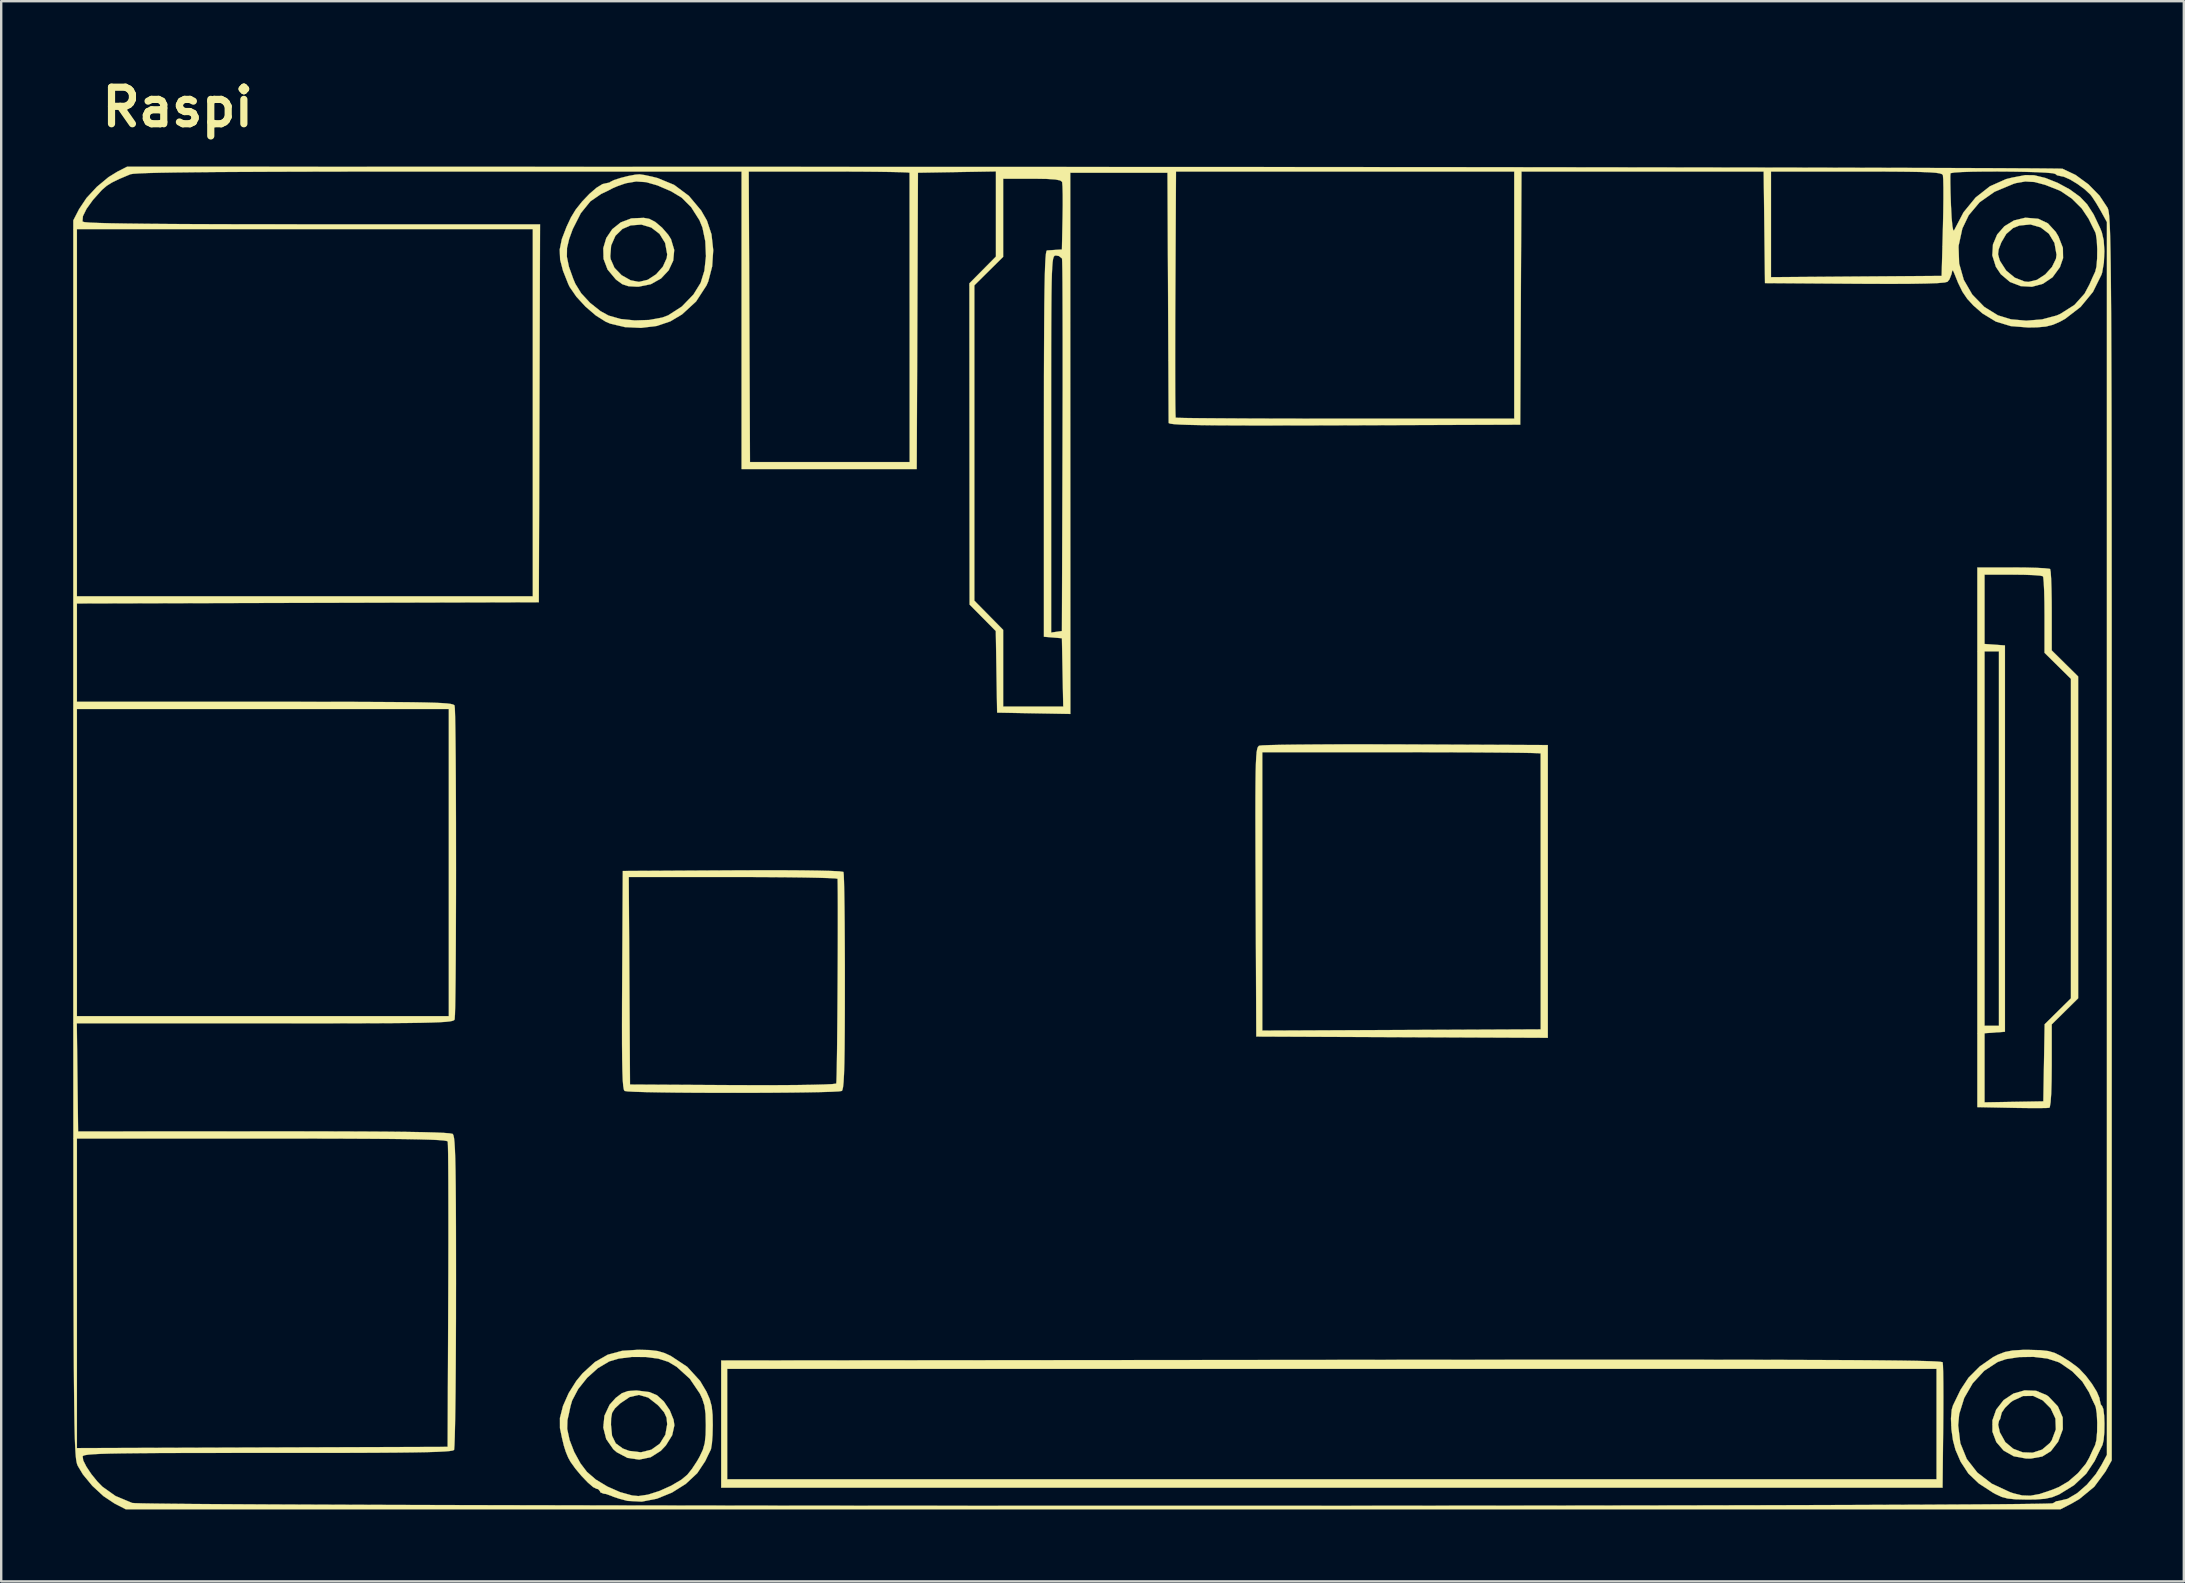
<source format=kicad_pcb>
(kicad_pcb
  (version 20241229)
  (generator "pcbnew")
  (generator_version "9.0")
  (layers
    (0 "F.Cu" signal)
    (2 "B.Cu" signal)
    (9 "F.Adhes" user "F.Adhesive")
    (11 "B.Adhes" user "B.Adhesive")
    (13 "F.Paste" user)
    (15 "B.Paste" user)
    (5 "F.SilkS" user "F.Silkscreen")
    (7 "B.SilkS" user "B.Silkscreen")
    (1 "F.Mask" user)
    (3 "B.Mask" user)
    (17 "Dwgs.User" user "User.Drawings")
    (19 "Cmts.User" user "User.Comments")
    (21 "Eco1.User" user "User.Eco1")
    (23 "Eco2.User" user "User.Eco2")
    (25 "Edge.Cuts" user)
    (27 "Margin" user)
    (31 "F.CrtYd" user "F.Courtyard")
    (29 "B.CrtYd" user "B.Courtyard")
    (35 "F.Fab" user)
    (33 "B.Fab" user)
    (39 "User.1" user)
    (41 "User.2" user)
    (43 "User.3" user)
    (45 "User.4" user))
  (footprint "Raspi"
    (layer "F.Cu")
    (at 42.455 31.898)
    (property "Reference" "Raspi" (at -38.1 -30.48 180) (layer "F.SilkS") (effects (font (size 1.524 1.524) (thickness 0.3))))
    (attr through_hole)
    (fp_poly (pts (xy -15.45 21.75) (xy 9.978 21.725) (xy 12.727 21.722) (xy 15.281 21.72) (xy 17.649 21.719) (xy 19.835 21.718) (xy 21.847 21.718) (xy 23.691 21.718) (xy 25.372 21.719) (xy 26.898 21.721) (xy 28.274 21.723) (xy 29.507 21.727) (xy 30.604 21.731) (xy 31.57 21.735) (xy 32.412 21.741) (xy 33.136 21.748) (xy 33.749 21.755) (xy 34.257 21.763) (xy 34.666 21.772) (xy 34.983 21.782) (xy 35.213 21.793) (xy 35.364 21.806) (xy 35.441 21.819) (xy 35.455 21.827) (xy 35.467 21.958) (xy 35.476 22.261) (xy 35.482 22.707) (xy 35.484 23.268) (xy 35.482 23.916) (xy 35.477 24.502) (xy 35.454 26.7) (xy 35.2 26.7) (xy 35.2 22.1) (xy -15.2 22.1) (xy -15.2 26.7) (xy 35.2 26.7) (xy 35.454 26.7) (xy 35.45 27.05) (xy -15.45 27.05) (xy -15.45 21.75)) (stroke (width 0.01) (type solid)) (fill yes) (layer "F.SilkS"))
    (fp_poly (pts (xy 38.708 -23.024) (xy 38.261 -23.197) (xy 37.879 -23.519) (xy 37.673 -23.827) (xy 37.524 -24.302) (xy 37.551 -24.76) (xy 37.726 -25.175) (xy 38.027 -25.518) (xy 38.427 -25.761) (xy 38.901 -25.875) (xy 39.425 -25.832) (xy 39.446 -25.827) (xy 39.842 -25.639) (xy 40.166 -25.285) (xy 40.281 -25.092) (xy 40.465 -24.62) (xy 40.47 -24.335) (xy 40.2 -24.335) (xy 40.114 -24.822) (xy 39.881 -25.209) (xy 39.536 -25.473) (xy 39.114 -25.594) (xy 38.651 -25.549) (xy 38.389 -25.444) (xy 38.105 -25.198) (xy 37.898 -24.846) (xy 37.788 -24.557) (xy 37.763 -24.353) (xy 37.82 -24.14) (xy 37.853 -24.058) (xy 38.103 -23.67) (xy 38.461 -23.375) (xy 38.868 -23.216) (xy 39.034 -23.2) (xy 39.386 -23.286) (xy 39.729 -23.511) (xy 40.01 -23.821) (xy 40.177 -24.165) (xy 40.2 -24.335) (xy 40.47 -24.335) (xy 40.473 -24.191) (xy 40.342 -23.815) (xy 40.035 -23.394) (xy 39.634 -23.122) (xy 39.178 -22.998) (xy 38.708 -23.024)) (stroke (width 0.01) (type solid)) (fill yes) (layer "F.SilkS"))
    (fp_poly (pts (xy -19.314 -23.02) (xy -19.567 -23.103) (xy -19.814 -23.282) (xy -19.845 -23.309) (xy -20.185 -23.716) (xy -20.352 -24.158) (xy -20.364 -24.606) (xy -20.238 -25.029) (xy -19.989 -25.397) (xy -19.635 -25.68) (xy -19.193 -25.847) (xy -18.68 -25.869) (xy -18.45 -25.829) (xy -18.198 -25.7) (xy -17.912 -25.458) (xy -17.655 -25.162) (xy -17.541 -24.98) (xy -17.407 -24.533) (xy -17.424 -24.351) (xy -17.7 -24.351) (xy -17.786 -24.824) (xy -18.02 -25.202) (xy -18.362 -25.465) (xy -18.776 -25.589) (xy -19.223 -25.555) (xy -19.565 -25.407) (xy -19.858 -25.12) (xy -20.036 -24.717) (xy -20.072 -24.264) (xy -20.056 -24.148) (xy -19.897 -23.787) (xy -19.598 -23.477) (xy -19.221 -23.266) (xy -18.877 -23.2) (xy -18.511 -23.288) (xy -18.162 -23.516) (xy -17.88 -23.835) (xy -17.719 -24.192) (xy -17.7 -24.351) (xy -17.424 -24.351) (xy -17.448 -24.089) (xy -17.639 -23.681) (xy -17.958 -23.342) (xy -18.38 -23.105) (xy -18.882 -23.002) (xy -18.961 -23) (xy -19.314 -23.02)) (stroke (width 0.01) (type solid)) (fill yes) (layer "F.SilkS"))
    (fp_poly (pts (xy -19.354 25.81) (xy -19.803 25.573) (xy -19.947 25.447) (xy -20.241 25.024) (xy -20.363 24.545) (xy -20.316 24.054) (xy -20.101 23.595) (xy -19.845 23.309) (xy -19.588 23.115) (xy -19.336 23.024) (xy -18.99 23) (xy -18.972 23) (xy -18.439 23.066) (xy -18.129 23.196) (xy -17.84 23.457) (xy -17.592 23.825) (xy -17.433 24.22) (xy -17.406 24.41) (xy -17.7 24.41) (xy -17.725 24.137) (xy -17.825 23.914) (xy -18.038 23.663) (xy -18.1 23.6) (xy -18.493 23.294) (xy -18.875 23.184) (xy -19.263 23.271) (xy -19.655 23.535) (xy -19.879 23.746) (xy -19.995 23.928) (xy -20.037 24.164) (xy -20.043 24.429) (xy -19.998 24.888) (xy -19.843 25.204) (xy -19.551 25.417) (xy -19.284 25.517) (xy -18.796 25.576) (xy -18.359 25.467) (xy -18.008 25.216) (xy -17.777 24.845) (xy -17.7 24.41) (xy -17.406 24.41) (xy -17.4 24.451) (xy -17.492 24.864) (xy -17.753 25.287) (xy -17.966 25.514) (xy -18.389 25.782) (xy -18.867 25.88) (xy -19.354 25.81)) (stroke (width 0.01) (type solid)) (fill yes) (layer "F.SilkS"))
    (fp_poly (pts (xy 38.416 25.741) (xy 37.993 25.501) (xy 37.69 25.149) (xy 37.529 24.719) (xy 37.529 24.242) (xy 37.685 23.798) (xy 37.996 23.399) (xy 38.407 23.127) (xy 38.874 22.994) (xy 39.349 23.013) (xy 39.787 23.194) (xy 39.869 23.254) (xy 40.258 23.664) (xy 40.457 24.123) (xy 40.462 24.614) (xy 40.459 24.624) (xy 40.171 24.624) (xy 40.154 24.168) (xy 39.955 23.742) (xy 39.628 23.414) (xy 39.227 23.225) (xy 38.802 23.231) (xy 38.377 23.428) (xy 38.273 23.507) (xy 38.052 23.723) (xy 37.919 23.918) (xy 37.9 23.987) (xy 37.848 24.192) (xy 37.804 24.256) (xy 37.767 24.427) (xy 37.837 24.738) (xy 37.842 24.751) (xy 38.065 25.151) (xy 38.397 25.429) (xy 38.792 25.578) (xy 39.208 25.592) (xy 39.6 25.463) (xy 39.925 25.185) (xy 40 25.077) (xy 40.171 24.624) (xy 40.459 24.624) (xy 40.272 25.122) (xy 40.258 25.145) (xy 39.964 25.529) (xy 39.605 25.751) (xy 39.136 25.836) (xy 38.942 25.837) (xy 38.416 25.741)) (stroke (width 0.01) (type solid)) (fill yes) (layer "F.SilkS"))
    (fp_poly (pts (xy 6.85 8.25) (xy 6.824 2.229) (xy 6.819 0.979) (xy 6.816 -0.086) (xy 6.814 -0.98) (xy 6.815 -1.72) (xy 6.819 -2.32) (xy 6.825 -2.795) (xy 6.836 -3.159) (xy 6.85 -3.429) (xy 6.868 -3.619) (xy 6.891 -3.744) (xy 6.918 -3.818) (xy 6.951 -3.858) (xy 6.974 -3.871) (xy 7.104 -3.885) (xy 7.415 -3.897) (xy 7.89 -3.908) (xy 8.511 -3.916) (xy 9.26 -3.922) (xy 10.118 -3.927) (xy 11.068 -3.928) (xy 12.091 -3.927) (xy 13.075 -3.924) (xy 19 -3.898) (xy 19 7.95) (xy 18.703 7.95) (xy 18.703 2.225) (xy 18.702 1.174) (xy 18.702 0.183) (xy 18.702 -0.729) (xy 18.702 -1.544) (xy 18.702 -2.245) (xy 18.701 -2.814) (xy 18.701 -3.232) (xy 18.701 -3.483) (xy 18.701 -3.55) (xy 18.604 -3.559) (xy 18.324 -3.568) (xy 17.879 -3.576) (xy 17.288 -3.583) (xy 16.566 -3.589) (xy 15.733 -3.594) (xy 14.805 -3.597) (xy 13.8 -3.599) (xy 12.9 -3.6) (xy 7.1 -3.6) (xy 7.1 8.002) (xy 12.902 7.976) (xy 18.703 7.95) (xy 19 7.95) (xy 19 8.302) (xy 6.85 8.25)) (stroke (width 0.01) (type solid)) (fill yes) (layer "F.SilkS"))
    (fp_poly (pts (xy 39.064 11.23) (xy 38.563 11.224) (xy 38.352 11.22) (xy 36.9 11.19) (xy 36.9 -11.3) (xy 38.383 -11.3) (xy 38.909 -11.296) (xy 39.362 -11.284) (xy 39.705 -11.266) (xy 39.902 -11.244) (xy 39.933 -11.233) (xy 39.956 -11.116) (xy 39.975 -10.833) (xy 39.989 -10.419) (xy 39.998 -9.909) (xy 40 -9.505) (xy 40 -7.843) (xy 40.55 -7.3) (xy 41.1 -6.757) (xy 41.1 6.657) (xy 40.8 6.657) (xy 40.8 -6.657) (xy 40.25 -7.2) (xy 39.7 -7.743) (xy 39.7 -9.305) (xy 39.696 -9.845) (xy 39.685 -10.312) (xy 39.668 -10.672) (xy 39.647 -10.888) (xy 39.633 -10.933) (xy 39.513 -10.959) (xy 39.234 -10.981) (xy 38.839 -10.995) (xy 38.383 -11) (xy 37.2 -11) (xy 37.2 -8.111) (xy 37.625 -8.081) (xy 38.05 -8.05) (xy 38.05 7.8) (xy 37.8 7.8) (xy 37.8 -7.8) (xy 37.2 -7.8) (xy 37.2 7.8) (xy 37.8 7.8) (xy 38.05 7.8) (xy 38.05 8.05) (xy 37.2 8.111) (xy 37.2 10.992) (xy 38.425 10.971) (xy 39.65 10.95) (xy 39.705 7.738) (xy 40.252 7.198) (xy 40.8 6.657) (xy 41.1 6.657) (xy 40.55 7.2) (xy 40 7.743) (xy 40 9.463) (xy 39.994 10.102) (xy 39.979 10.616) (xy 39.953 10.985) (xy 39.92 11.186) (xy 39.902 11.217) (xy 39.771 11.227) (xy 39.479 11.231) (xy 39.064 11.23)) (stroke (width 0.01) (type solid)) (fill yes) (layer "F.SilkS"))
    (fp_poly (pts (xy -19.463 -21.316) (xy -20.073 -21.461) (xy -20.257 -21.538) (xy -20.671 -21.798) (xy -21.099 -22.165) (xy -21.482 -22.58) (xy -21.762 -22.985) (xy -21.821 -23.106) (xy -22.042 -23.665) (xy -22.162 -24.127) (xy -22.179 -24.548) (xy -22.09 -24.986) (xy -21.894 -25.496) (xy -21.711 -25.887) (xy -21.515 -26.21) (xy -21.244 -26.551) (xy -20.94 -26.869) (xy -20.644 -27.124) (xy -20.396 -27.276) (xy -20.293 -27.3) (xy -20.109 -27.34) (xy -20.062 -27.372) (xy -19.914 -27.445) (xy -19.643 -27.532) (xy -19.323 -27.613) (xy -19.026 -27.669) (xy -18.85 -27.683) (xy -18.644 -27.653) (xy -18.329 -27.585) (xy -18.104 -27.529) (xy -17.41 -27.243) (xy -16.796 -26.785) (xy -16.286 -26.177) (xy -16.044 -25.756) (xy -15.854 -25.183) (xy -15.781 -24.522) (xy -15.798 -24.271) (xy -16.084 -24.271) (xy -16.112 -24.895) (xy -16.23 -25.463) (xy -16.355 -25.77) (xy -16.701 -26.315) (xy -17.092 -26.708) (xy -17.532 -26.974) (xy -18.11 -27.223) (xy -18.579 -27.357) (xy -18.992 -27.385) (xy -19.398 -27.316) (xy -19.493 -27.288) (xy -19.772 -27.19) (xy -19.983 -27.099) (xy -20 -27.089) (xy -20.196 -26.987) (xy -20.452 -26.866) (xy -20.901 -26.557) (xy -21.299 -26.065) (xy -21.636 -25.402) (xy -21.785 -24.993) (xy -21.875 -24.615) (xy -21.881 -24.247) (xy -21.796 -23.835) (xy -21.614 -23.326) (xy -21.529 -23.124) (xy -21.284 -22.726) (xy -20.913 -22.325) (xy -20.481 -21.983) (xy -20.143 -21.797) (xy -19.645 -21.655) (xy -19.055 -21.594) (xy -18.45 -21.614) (xy -17.908 -21.714) (xy -17.66 -21.806) (xy -17.091 -22.172) (xy -16.606 -22.674) (xy -16.306 -23.16) (xy -16.149 -23.667) (xy -16.084 -24.271) (xy -15.798 -24.271) (xy -15.826 -23.845) (xy -15.987 -23.224) (xy -16.062 -23.052) (xy -16.497 -22.383) (xy -17.083 -21.845) (xy -17.565 -21.557) (xy -18.133 -21.364) (xy -18.791 -21.284) (xy -19.463 -21.316)) (stroke (width 0.01) (type solid)) (fill yes) (layer "F.SilkS"))
    (fp_poly (pts (xy -15.768 10.594) (xy -16.571 10.591) (xy -17.325 10.585) (xy -18.004 10.576) (xy -18.584 10.565) (xy -19.039 10.552) (xy -19.344 10.536) (xy -19.475 10.517) (xy -19.476 10.517) (xy -19.507 10.457) (xy -19.532 10.31) (xy -19.552 10.063) (xy -19.566 9.699) (xy -19.576 9.205) (xy -19.582 8.566) (xy -19.583 7.768) (xy -19.581 6.796) (xy -19.576 5.893) (xy -19.55 1.35) (xy -14.982 1.324) (xy -13.883 1.32) (xy -12.912 1.32) (xy -12.079 1.325) (xy -11.396 1.335) (xy -10.875 1.348) (xy -10.527 1.365) (xy -10.365 1.387) (xy -10.354 1.393) (xy -10.342 1.51) (xy -10.331 1.806) (xy -10.321 2.261) (xy -10.312 2.854) (xy -10.305 3.53) (xy -10.588 3.53) (xy -10.588 2.877) (xy -10.59 2.326) (xy -10.594 1.901) (xy -10.598 1.675) (xy -10.695 1.659) (xy -10.972 1.645) (xy -11.408 1.632) (xy -11.983 1.62) (xy -12.677 1.611) (xy -13.469 1.605) (xy -14.34 1.601) (xy -14.951 1.6) (xy -19.302 1.6) (xy -19.25 10.25) (xy -14.98 10.274) (xy -13.992 10.277) (xy -13.1 10.276) (xy -12.321 10.271) (xy -11.672 10.261) (xy -11.168 10.248) (xy -10.827 10.232) (xy -10.665 10.212) (xy -10.654 10.206) (xy -10.646 10.097) (xy -10.637 9.813) (xy -10.629 9.38) (xy -10.621 8.821) (xy -10.614 8.164) (xy -10.607 7.431) (xy -10.601 6.649) (xy -10.596 5.843) (xy -10.592 5.038) (xy -10.589 4.258) (xy -10.588 3.53) (xy -10.305 3.53) (xy -10.305 3.565) (xy -10.3 4.373) (xy -10.296 5.257) (xy -10.296 5.962) (xy -10.297 7.073) (xy -10.301 7.999) (xy -10.307 8.754) (xy -10.317 9.353) (xy -10.331 9.81) (xy -10.349 10.141) (xy -10.372 10.36) (xy -10.4 10.481) (xy -10.423 10.516) (xy -10.55 10.535) (xy -10.851 10.551) (xy -11.303 10.564) (xy -11.88 10.575) (xy -12.557 10.584) (xy -13.31 10.59) (xy -14.112 10.594) (xy -14.94 10.595) (xy -15.768 10.594)) (stroke (width 0.01) (type solid)) (fill yes) (layer "F.SilkS"))
    (fp_poly (pts (xy -19.349 27.601) (xy -19.375 27.595) (xy -19.695 27.511) (xy -19.952 27.425) (xy -20.024 27.393) (xy -20.248 27.313) (xy -20.349 27.3) (xy -20.483 27.246) (xy -20.5 27.2) (xy -20.58 27.109) (xy -20.636 27.1) (xy -20.787 27.025) (xy -21.012 26.831) (xy -21.271 26.56) (xy -21.524 26.258) (xy -21.731 25.969) (xy -21.827 25.794) (xy -21.925 25.557) (xy -22.005 25.305) (xy -22.085 24.973) (xy -22.169 24.565) (xy -22.17 24.145) (xy -22.042 23.644) (xy -21.807 23.111) (xy -21.486 22.599) (xy -21.226 22.285) (xy -20.711 21.814) (xy -20.178 21.509) (xy -19.575 21.346) (xy -18.905 21.303) (xy -18.436 21.315) (xy -18.095 21.356) (xy -17.808 21.441) (xy -17.55 21.56) (xy -16.866 22.013) (xy -16.33 22.6) (xy -16.062 23.052) (xy -15.925 23.366) (xy -15.845 23.664) (xy -15.808 24.019) (xy -15.8 24.442) (xy -16.09 24.442) (xy -16.102 23.975) (xy -16.146 23.633) (xy -16.238 23.342) (xy -16.336 23.132) (xy -16.756 22.511) (xy -17.303 22.015) (xy -17.652 21.806) (xy -18.07 21.672) (xy -18.603 21.604) (xy -19.177 21.603) (xy -19.718 21.67) (xy -20.117 21.789) (xy -20.591 22.071) (xy -21.036 22.471) (xy -21.408 22.937) (xy -21.66 23.415) (xy -21.729 23.65) (xy -21.799 23.98) (xy -21.857 24.233) (xy -21.868 24.603) (xy -21.767 25.065) (xy -21.575 25.562) (xy -21.313 26.039) (xy -21.045 26.392) (xy -20.674 26.712) (xy -20.19 27.004) (xy -19.663 27.236) (xy -19.161 27.375) (xy -18.9 27.4) (xy -18.501 27.341) (xy -18.02 27.187) (xy -17.531 26.967) (xy -17.105 26.715) (xy -16.863 26.513) (xy -16.667 26.268) (xy -16.451 25.938) (xy -16.35 25.76) (xy -16.213 25.469) (xy -16.134 25.189) (xy -16.098 24.846) (xy -16.09 24.442) (xy -15.8 24.442) (xy -15.8 24.445) (xy -15.81 24.859) (xy -15.836 25.209) (xy -15.874 25.438) (xy -15.888 25.476) (xy -15.995 25.693) (xy -16.113 25.941) (xy -16.449 26.448) (xy -16.927 26.894) (xy -17.502 27.255) (xy -18.128 27.509) (xy -18.759 27.632) (xy -19.349 27.601)) (stroke (width 0.01) (type solid)) (fill yes) (layer "F.SilkS"))
    (fp_poly (pts (xy 38.492 27.535) (xy 38.169 27.503) (xy 37.913 27.435) (xy 37.659 27.317) (xy 37.55 27.257) (xy 36.962 26.875) (xy 36.528 26.463) (xy 36.204 25.968) (xy 35.989 25.471) (xy 35.884 25.075) (xy 35.82 24.619) (xy 35.801 24.17) (xy 35.832 23.799) (xy 35.884 23.624) (xy 35.975 23.436) (xy 36.114 23.148) (xy 36.202 22.968) (xy 36.532 22.467) (xy 37.003 21.996) (xy 37.554 21.612) (xy 37.752 21.509) (xy 38.044 21.397) (xy 38.367 21.333) (xy 38.786 21.308) (xy 39.074 21.308) (xy 39.531 21.32) (xy 39.855 21.356) (xy 40.112 21.43) (xy 40.369 21.555) (xy 40.417 21.583) (xy 40.746 21.789) (xy 41.046 22.009) (xy 41.153 22.1) (xy 41.425 22.391) (xy 41.679 22.727) (xy 41.879 23.053) (xy 41.989 23.314) (xy 42 23.387) (xy 42.044 23.581) (xy 42.1 23.65) (xy 42.152 23.777) (xy 42.184 24.042) (xy 42.196 24.339) (xy 41.896 24.339) (xy 41.878 23.97) (xy 41.835 23.695) (xy 41.808 23.624) (xy 41.709 23.42) (xy 41.581 23.138) (xy 41.554 23.075) (xy 41.274 22.626) (xy 40.857 22.202) (xy 40.366 21.863) (xy 40.267 21.813) (xy 39.809 21.667) (xy 39.242 21.599) (xy 38.644 21.608) (xy 38.091 21.694) (xy 37.748 21.812) (xy 37.183 22.182) (xy 36.708 22.697) (xy 36.353 23.312) (xy 36.144 23.983) (xy 36.1 24.45) (xy 36.191 25.195) (xy 36.46 25.855) (xy 36.9 26.421) (xy 37.504 26.885) (xy 38.265 27.238) (xy 38.407 27.286) (xy 38.766 27.373) (xy 39.111 27.385) (xy 39.495 27.315) (xy 39.97 27.156) (xy 40.3 27.023) (xy 40.698 26.788) (xy 41.095 26.443) (xy 41.42 26.054) (xy 41.565 25.8) (xy 41.691 25.52) (xy 41.798 25.296) (xy 41.808 25.276) (xy 41.862 25.065) (xy 41.891 24.728) (xy 41.896 24.339) (xy 42.196 24.339) (xy 42.197 24.384) (xy 42.191 24.743) (xy 42.164 25.056) (xy 42.117 25.264) (xy 42.111 25.276) (xy 42.018 25.464) (xy 41.878 25.752) (xy 41.79 25.935) (xy 41.436 26.469) (xy 40.928 26.948) (xy 40.312 27.328) (xy 40.3 27.334) (xy 40.019 27.447) (xy 39.715 27.513) (xy 39.323 27.542) (xy 38.95 27.545) (xy 38.492 27.535)) (stroke (width 0.01) (type solid)) (fill yes) (layer "F.SilkS"))
    (fp_poly (pts (xy -40.734 27.708) (xy -41.196 27.4) (xy -41.656 26.975) (xy -42.048 26.5) (xy -42.261 26.144) (xy -42.281 26.099) (xy -42.299 26.043) (xy -42.316 25.97) (xy -42.332 25.873) (xy -42.346 25.743) (xy -42.359 25.574) (xy -42.371 25.358) (xy -42.382 25.088) (xy -42.392 24.757) (xy -42.401 24.357) (xy -42.408 23.882) (xy -42.415 23.323) (xy -42.422 22.674) (xy -42.427 21.927) (xy -42.432 21.075) (xy -42.436 20.11) (xy -42.439 19.026) (xy -42.442 17.815) (xy -42.444 16.469) (xy -42.446 14.982) (xy -42.447 13.346) (xy -42.448 11.554) (xy -42.449 9.598) (xy -42.45 7.472) (xy -42.45 5.167) (xy -42.45 2.677) (xy -42.45 -0.005) (xy -42.45 -0.007) (xy -42.45 -25.764) (xy -42.208 -26.234) (xy -41.899 -26.697) (xy -41.468 -27.162) (xy -40.982 -27.566) (xy -40.618 -27.791) (xy -40.208 -28) (xy 0.021 -27.99) (xy 2.848 -27.989) (xy 5.625 -27.988) (xy 8.345 -27.987) (xy 11.001 -27.985) (xy 13.587 -27.983) (xy 16.095 -27.981) (xy 18.52 -27.978) (xy 20.855 -27.975) (xy 23.092 -27.972) (xy 25.225 -27.969) (xy 27.247 -27.966) (xy 29.153 -27.963) (xy 30.933 -27.959) (xy 32.584 -27.955) (xy 34.096 -27.951) (xy 35.464 -27.947) (xy 36.682 -27.943) (xy 37.741 -27.939) (xy 38.636 -27.934) (xy 39.36 -27.93) (xy 39.906 -27.925) (xy 40.267 -27.921) (xy 40.437 -27.916) (xy 40.45 -27.915) (xy 40.994 -27.657) (xy 41.529 -27.266) (xy 41.992 -26.794) (xy 42.321 -26.296) (xy 42.332 -26.274) (xy 42.349 -26.228) (xy 42.366 -26.16) (xy 42.381 -26.064) (xy 42.395 -25.933) (xy 42.407 -25.758) (xy 42.419 -25.534) (xy 42.43 -25.253) (xy 42.439 -24.907) (xy 42.448 -24.49) (xy 42.456 -23.994) (xy 42.463 -23.411) (xy 42.469 -22.736) (xy 42.475 -21.96) (xy 42.48 -21.076) (xy 42.484 -20.078) (xy 42.488 -18.957) (xy 42.491 -17.707) (xy 42.493 -16.321) (xy 42.495 -14.791) (xy 42.497 -13.11) (xy 42.498 -11.27) (xy 42.499 -9.266) (xy 42.499 -7.089) (xy 42.5 -4.732) (xy 42.5 -2.188) (xy 42.5 -0.004) (xy 42.5 25.681) (xy 42.3 25.681) (xy 42.3 -0.006) (xy 42.3 -25.693) (xy 42.037 -26.171) (xy 41.856 -26.48) (xy 41.686 -26.74) (xy 41.612 -26.837) (xy 41.379 -27.056) (xy 41.075 -27.28) (xy 40.763 -27.469) (xy 40.504 -27.583) (xy 40.413 -27.6) (xy 40.219 -27.644) (xy 40.15 -27.7) (xy 40.037 -27.729) (xy 39.761 -27.753) (xy 39.358 -27.773) (xy 38.862 -27.788) (xy 38.309 -27.797) (xy 37.735 -27.801) (xy 37.175 -27.799) (xy 36.665 -27.792) (xy 36.241 -27.778) (xy 35.937 -27.758) (xy 35.789 -27.732) (xy 35.781 -27.725) (xy 35.773 -27.602) (xy 35.774 -27.319) (xy 35.778 -27.128) (xy 35.486 -27.128) (xy 35.479 -27.465) (xy 35.466 -27.64) (xy 35.463 -27.653) (xy 35.424 -27.692) (xy 35.328 -27.724) (xy 35.156 -27.749) (xy 34.891 -27.768) (xy 34.512 -27.782) (xy 34.002 -27.791) (xy 33.342 -27.797) (xy 32.513 -27.8) (xy 31.853 -27.8) (xy 28.3 -27.8) (xy 28.3 -23.397) (xy 31.856 -23.424) (xy 35.412 -23.45) (xy 35.466 -25.478) (xy 35.479 -26.102) (xy 35.486 -26.663) (xy 35.486 -27.128) (xy 35.778 -27.128) (xy 35.782 -26.919) (xy 35.799 -26.442) (xy 35.8 -26.4) (xy 35.827 -25.882) (xy 35.86 -25.527) (xy 35.896 -25.347) (xy 35.932 -25.35) (xy 36.323 -26.099) (xy 36.828 -26.717) (xy 37.425 -27.185) (xy 38.094 -27.483) (xy 38.35 -27.546) (xy 38.66 -27.605) (xy 38.895 -27.65) (xy 39.267 -27.645) (xy 39.736 -27.531) (xy 40.249 -27.327) (xy 40.751 -27.055) (xy 41.18 -26.744) (xy 41.476 -26.432) (xy 41.746 -26.013) (xy 42.015 -25.446) (xy 42.087 -25.27) (xy 42.166 -24.93) (xy 42.189 -24.562) (xy 41.897 -24.562) (xy 41.878 -24.93) (xy 41.837 -25.205) (xy 41.811 -25.276) (xy 41.711 -25.476) (xy 41.574 -25.756) (xy 41.536 -25.834) (xy 41.248 -26.265) (xy 40.841 -26.669) (xy 40.393 -26.974) (xy 40.285 -27.026) (xy 39.726 -27.245) (xy 39.281 -27.363) (xy 38.897 -27.385) (xy 38.521 -27.32) (xy 38.407 -27.286) (xy 37.618 -26.956) (xy 36.997 -26.521) (xy 36.54 -25.978) (xy 36.275 -25.424) (xy 36.116 -24.69) (xy 36.141 -23.967) (xy 36.336 -23.284) (xy 36.69 -22.671) (xy 37.19 -22.158) (xy 37.757 -21.807) (xy 38.303 -21.64) (xy 38.94 -21.584) (xy 39.596 -21.637) (xy 40.197 -21.797) (xy 40.364 -21.87) (xy 40.946 -22.239) (xy 41.367 -22.708) (xy 41.574 -23.097) (xy 41.697 -23.378) (xy 41.802 -23.603) (xy 41.812 -23.624) (xy 41.864 -23.835) (xy 41.892 -24.172) (xy 41.897 -24.562) (xy 42.189 -24.562) (xy 42.194 -24.48) (xy 42.173 -24.007) (xy 42.103 -23.596) (xy 42.073 -23.5) (xy 41.718 -22.783) (xy 41.204 -22.158) (xy 40.563 -21.663) (xy 40.346 -21.543) (xy 40.051 -21.414) (xy 39.754 -21.339) (xy 39.382 -21.306) (xy 39.023 -21.3) (xy 38.293 -21.358) (xy 37.675 -21.545) (xy 37.115 -21.885) (xy 36.735 -22.217) (xy 36.481 -22.493) (xy 36.28 -22.788) (xy 36.095 -23.167) (xy 35.941 -23.55) (xy 35.88 -23.688) (xy 35.846 -23.637) (xy 35.826 -23.532) (xy 35.738 -23.306) (xy 35.657 -23.206) (xy 35.533 -23.175) (xy 35.242 -23.15) (xy 34.777 -23.133) (xy 34.132 -23.122) (xy 33.302 -23.118) (xy 32.28 -23.121) (xy 31.788 -23.124) (xy 28.05 -23.15) (xy 27.996 -27.8) (xy 17.902 -27.8) (xy 17.876 -22.525) (xy 17.851 -17.5) (xy 17.6 -17.5) (xy 17.6 -27.8) (xy 3.504 -27.8) (xy 3.477 -22.692) (xy 3.472 -21.7) (xy 3.47 -20.771) (xy 3.469 -19.922) (xy 3.47 -19.173) (xy 3.472 -18.543) (xy 3.476 -18.05) (xy 3.482 -17.714) (xy 3.489 -17.553) (xy 3.492 -17.542) (xy 3.596 -17.535) (xy 3.884 -17.528) (xy 4.34 -17.522) (xy 4.948 -17.517) (xy 5.692 -17.512) (xy 6.555 -17.507) (xy 7.521 -17.504) (xy 8.575 -17.502) (xy 9.7 -17.5) (xy 10.567 -17.5) (xy 17.6 -17.5) (xy 17.851 -17.5) (xy 17.85 -17.25) (xy 10.525 -17.224) (xy 9.089 -17.22) (xy 7.842 -17.218) (xy 6.771 -17.217) (xy 5.866 -17.22) (xy 5.116 -17.224) (xy 4.508 -17.232) (xy 4.031 -17.242) (xy 3.673 -17.255) (xy 3.424 -17.272) (xy 3.272 -17.291) (xy 3.204 -17.314) (xy 3.199 -17.324) (xy 3.198 -17.446) (xy 3.196 -17.749) (xy 3.194 -18.212) (xy 3.191 -18.819) (xy 3.188 -19.548) (xy 3.184 -20.38) (xy 3.18 -21.297) (xy 3.175 -22.28) (xy 3.174 -22.6) (xy 3.15 -27.75) (xy -0.903 -27.75) (xy -0.902 -19.839) (xy -1.218 -19.839) (xy -1.218 -20.846) (xy -1.22 -21.75) (xy -1.223 -22.535) (xy -1.226 -23.184) (xy -1.231 -23.684) (xy -1.238 -24.017) (xy -1.245 -24.168) (xy -1.246 -24.175) (xy -1.373 -24.278) (xy -1.497 -24.3) (xy -1.534 -24.297) (xy -1.566 -24.281) (xy -1.594 -24.238) (xy -1.618 -24.156) (xy -1.638 -24.02) (xy -1.654 -23.819) (xy -1.667 -23.539) (xy -1.678 -23.167) (xy -1.686 -22.69) (xy -1.691 -22.095) (xy -1.695 -21.37) (xy -1.698 -20.5) (xy -1.699 -19.473) (xy -1.7 -18.277) (xy -1.7 -16.897) (xy -1.7 -16.443) (xy -1.7 -8.586) (xy -1.475 -8.618) (xy -1.25 -8.65) (xy -1.224 -16.35) (xy -1.221 -17.575) (xy -1.218 -18.743) (xy -1.218 -19.839) (xy -0.902 -19.839) (xy -0.901 -16.472) (xy -0.898 -5.5) (xy -1.195 -5.5) (xy -1.25 -8.35) (xy -1.625 -8.381) (xy -2 -8.412) (xy -2 -16.456) (xy -1.999 -17.969) (xy -1.998 -19.292) (xy -1.994 -20.438) (xy -1.989 -21.416) (xy -1.983 -22.237) (xy -1.974 -22.912) (xy -1.963 -23.453) (xy -1.95 -23.869) (xy -1.934 -24.172) (xy -1.916 -24.372) (xy -1.895 -24.481) (xy -1.875 -24.51) (xy -1.681 -24.523) (xy -1.5 -24.535) (xy -1.25 -24.55) (xy -1.222 -25.895) (xy -1.215 -26.402) (xy -1.216 -26.841) (xy -1.225 -27.173) (xy -1.24 -27.354) (xy -1.244 -27.37) (xy -1.324 -27.429) (xy -1.527 -27.469) (xy -1.877 -27.492) (xy -2.399 -27.5) (xy -2.497 -27.5) (xy -3.7 -27.5) (xy -3.7 -24.244) (xy -4.3 -23.65) (xy -4.9 -23.056) (xy -4.9 -9.917) (xy -3.7 -8.699) (xy -3.7 -5.5) (xy -1.195 -5.5) (xy -0.898 -5.5) (xy -0.898 -5.195) (xy -2.424 -5.222) (xy -3.95 -5.25) (xy -3.978 -6.95) (xy -4.005 -8.649) (xy -4.551 -9.201) (xy -5.097 -9.753) (xy -5.106 -23.139) (xy -4.553 -23.697) (xy -4 -24.256) (xy -4 -27.805) (xy -7.25 -27.75) (xy -7.276 -21.575) (xy -7.3 -15.692) (xy -7.595 -15.692) (xy -7.596 -21.696) (xy -7.597 -22.773) (xy -7.597 -23.79) (xy -7.597 -24.729) (xy -7.597 -25.572) (xy -7.598 -26.303) (xy -7.598 -26.904) (xy -7.598 -27.357) (xy -7.599 -27.645) (xy -7.599 -27.75) (xy -7.695 -27.762) (xy -7.969 -27.773) (xy -8.396 -27.782) (xy -8.953 -27.79) (xy -9.618 -27.796) (xy -10.368 -27.799) (xy -10.951 -27.8) (xy -14.302 -27.8) (xy -14.276 -21.746) (xy -14.25 -15.692) (xy -7.595 -15.692) (xy -7.3 -15.692) (xy -7.302 -15.4) (xy -14.6 -15.4) (xy -14.6 -27.8) (xy -27.195 -27.8) (xy -29.201 -27.799) (xy -31.014 -27.798) (xy -32.64 -27.795) (xy -34.085 -27.791) (xy -35.357 -27.785) (xy -36.462 -27.779) (xy -37.406 -27.77) (xy -38.196 -27.761) (xy -38.838 -27.75) (xy -39.34 -27.737) (xy -39.707 -27.722) (xy -39.946 -27.706) (xy -40.064 -27.688) (xy -40.07 -27.686) (xy -40.522 -27.496) (xy -40.834 -27.345) (xy -41.055 -27.207) (xy -41.233 -27.055) (xy -41.278 -27.011) (xy -41.637 -26.61) (xy -41.9 -26.243) (xy -42.049 -25.941) (xy -42.067 -25.733) (xy -42.056 -25.71) (xy -41.975 -25.689) (xy -41.754 -25.671) (xy -41.388 -25.656) (xy -40.87 -25.642) (xy -40.195 -25.631) (xy -39.355 -25.621) (xy -38.346 -25.613) (xy -37.161 -25.607) (xy -35.794 -25.603) (xy -34.239 -25.601) (xy -32.493 -25.6) (xy -22.999 -25.6) (xy -23.049 -10.1) (xy -23.3 -10.1) (xy -23.3 -25.4) (xy -42.3 -25.4) (xy -42.3 -10.1) (xy -23.3 -10.1) (xy -23.049 -10.1) (xy -23.05 -9.85) (xy -42.3 -9.799) (xy -42.3 -5.7) (xy -34.461 -5.7) (xy -33.015 -5.7) (xy -31.756 -5.699) (xy -30.671 -5.697) (xy -29.748 -5.693) (xy -28.973 -5.688) (xy -28.334 -5.682) (xy -27.818 -5.673) (xy -27.411 -5.662) (xy -27.102 -5.648) (xy -26.876 -5.632) (xy -26.722 -5.612) (xy -26.626 -5.589) (xy -26.576 -5.563) (xy -26.561 -5.542) (xy -26.549 -5.413) (xy -26.539 -5.105) (xy -26.53 -4.639) (xy -26.522 -4.034) (xy -26.515 -3.312) (xy -26.51 -2.494) (xy -26.506 -1.6) (xy -26.503 -0.651) (xy -26.502 0.333) (xy -26.501 1.331) (xy -26.502 2.322) (xy -26.505 3.285) (xy -26.508 4.2) (xy -26.513 5.047) (xy -26.519 5.803) (xy -26.527 6.449) (xy -26.535 6.965) (xy -26.545 7.328) (xy -26.55 7.4) (xy -26.8 7.4) (xy -26.8 -5.4) (xy -42.3 -5.4) (xy -42.3 7.4) (xy -26.8 7.4) (xy -26.55 7.4) (xy -26.557 7.52) (xy -26.561 7.542) (xy -26.587 7.571) (xy -26.649 7.596) (xy -26.76 7.618) (xy -26.933 7.637) (xy -27.182 7.652) (xy -27.518 7.665) (xy -27.955 7.676) (xy -28.505 7.684) (xy -29.182 7.69) (xy -29.998 7.694) (xy -30.966 7.697) (xy -32.1 7.699) (xy -33.411 7.7) (xy -34.463 7.7) (xy -42.304 7.7) (xy -42.277 9.952) (xy -42.25 12.205) (xy -34.512 12.201) (xy -32.958 12.201) (xy -31.596 12.204) (xy -30.419 12.208) (xy -29.417 12.214) (xy -28.582 12.223) (xy -27.908 12.234) (xy -27.385 12.248) (xy -27.006 12.265) (xy -26.762 12.284) (xy -26.646 12.306) (xy -26.637 12.311) (xy -26.609 12.363) (xy -26.584 12.478) (xy -26.564 12.67) (xy -26.547 12.951) (xy -26.533 13.336) (xy -26.522 13.837) (xy -26.514 14.468) (xy -26.508 15.242) (xy -26.505 15.922) (xy -26.818 15.922) (xy -26.819 15.041) (xy -26.821 14.271) (xy -26.825 13.627) (xy -26.83 13.128) (xy -26.837 12.791) (xy -26.844 12.634) (xy -26.846 12.625) (xy -26.894 12.601) (xy -27.025 12.58) (xy -27.251 12.562) (xy -27.583 12.547) (xy -28.032 12.534) (xy -28.608 12.523) (xy -29.323 12.515) (xy -30.189 12.509) (xy -31.215 12.504) (xy -32.413 12.501) (xy -33.795 12.5) (xy -34.597 12.5) (xy -42.3 12.5) (xy -42.3 25.401) (xy -26.85 25.35) (xy -26.824 19.05) (xy -26.82 17.944) (xy -26.818 16.895) (xy -26.818 15.922) (xy -26.505 15.922) (xy -26.504 16.173) (xy -26.502 17.275) (xy -26.501 18.559) (xy -26.502 18.887) (xy -26.503 20.008) (xy -26.507 21.071) (xy -26.513 22.06) (xy -26.52 22.956) (xy -26.53 23.743) (xy -26.541 24.404) (xy -26.553 24.922) (xy -26.566 25.28) (xy -26.579 25.46) (xy -26.584 25.477) (xy -26.636 25.502) (xy -26.766 25.523) (xy -26.986 25.541) (xy -27.307 25.557) (xy -27.741 25.57) (xy -28.299 25.58) (xy -28.992 25.588) (xy -29.832 25.594) (xy -30.83 25.598) (xy -31.998 25.601) (xy -33.347 25.601) (xy -34.335 25.601) (xy -35.774 25.601) (xy -37.026 25.602) (xy -38.104 25.604) (xy -39.019 25.607) (xy -39.785 25.613) (xy -40.415 25.62) (xy -40.92 25.629) (xy -41.315 25.641) (xy -41.61 25.656) (xy -41.82 25.673) (xy -41.957 25.694) (xy -42.033 25.718) (xy -42.061 25.743) (xy -42.037 25.911) (xy -41.905 26.175) (xy -41.697 26.487) (xy -41.443 26.799) (xy -41.235 27.011) (xy -40.693 27.396) (xy -40.004 27.684) (xy -39.993 27.687) (xy -39.866 27.696) (xy -39.547 27.705) (xy -39.046 27.713) (xy -38.371 27.721) (xy -37.529 27.729) (xy -36.529 27.736) (xy -35.379 27.743) (xy -34.088 27.75) (xy -32.662 27.756) (xy -31.112 27.762) (xy -29.444 27.768) (xy -27.666 27.773) (xy -25.788 27.778) (xy -23.818 27.782) (xy -21.762 27.786) (xy -19.631 27.79) (xy -17.431 27.793) (xy -15.171 27.796) (xy -12.859 27.799) (xy -10.504 27.801) (xy -8.113 27.803) (xy -5.694 27.804) (xy -3.257 27.805) (xy -0.809 27.806) (xy 1.642 27.806) (xy 4.088 27.806) (xy 6.52 27.806) (xy 8.931 27.805) (xy 11.311 27.804) (xy 13.654 27.802) (xy 15.95 27.8) (xy 18.192 27.798) (xy 20.371 27.795) (xy 22.479 27.792) (xy 24.509 27.789) (xy 26.451 27.785) (xy 28.298 27.781) (xy 30.041 27.776) (xy 31.672 27.771) (xy 33.184 27.765) (xy 34.568 27.76) (xy 35.816 27.753) (xy 36.919 27.747) (xy 37.869 27.74) (xy 38.659 27.732) (xy 39.28 27.724) (xy 39.724 27.716) (xy 39.982 27.707) (xy 40.05 27.7) (xy 40.191 27.616) (xy 40.303 27.6) (xy 40.662 27.514) (xy 41.062 27.278) (xy 41.466 26.925) (xy 41.835 26.487) (xy 42.075 26.103) (xy 42.3 25.681) (xy 42.5 25.681) (xy 42.5 25.912) (xy 42.241 26.376) (xy 41.773 27.011) (xy 41.15 27.525) (xy 40.827 27.712) (xy 40.364 27.95) (xy -40.264 27.95) (xy -40.734 27.708)) (stroke (width 0.01) (type solid)) (fill yes) (layer "F.SilkS")))
  (gr_rect
    (start -3 -3)
    (end 87.96 62.853)
    (stroke (width 0.1) (type default))
    (fill no)
    (layer "Edge.Cuts")))
</source>
